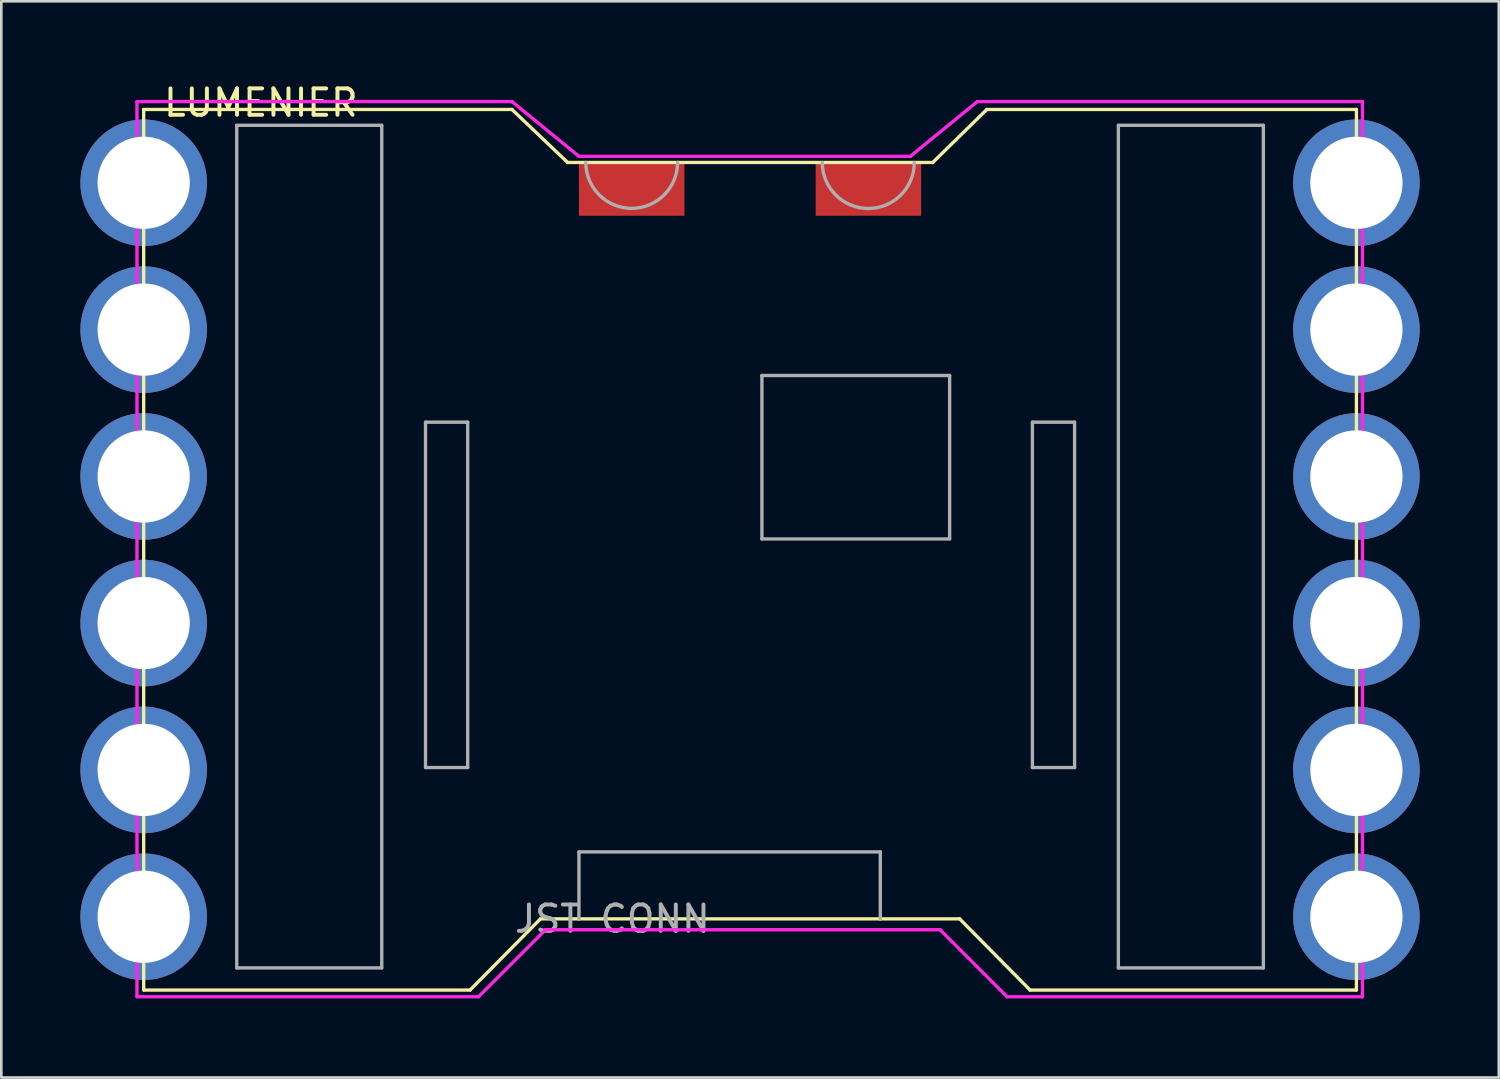
<source format=kicad_pcb>
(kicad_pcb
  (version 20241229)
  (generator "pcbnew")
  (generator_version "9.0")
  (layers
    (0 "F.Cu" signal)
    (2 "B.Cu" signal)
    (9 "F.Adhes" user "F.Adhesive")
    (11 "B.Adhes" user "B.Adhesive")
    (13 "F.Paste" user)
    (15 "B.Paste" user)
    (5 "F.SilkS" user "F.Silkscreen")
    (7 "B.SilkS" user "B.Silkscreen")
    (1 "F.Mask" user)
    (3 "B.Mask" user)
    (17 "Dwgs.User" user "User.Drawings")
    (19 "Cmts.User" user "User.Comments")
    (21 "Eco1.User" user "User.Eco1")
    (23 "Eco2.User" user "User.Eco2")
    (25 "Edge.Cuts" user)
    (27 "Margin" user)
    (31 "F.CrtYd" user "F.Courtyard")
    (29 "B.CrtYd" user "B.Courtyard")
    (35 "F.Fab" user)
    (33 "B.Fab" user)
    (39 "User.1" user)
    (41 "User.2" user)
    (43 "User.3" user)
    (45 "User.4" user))
  (footprint "LUMENIER"
    (layer "F.Cu")
    (at 2.4 34.503)
    (property "Reference" "LUMENIER" (at 4.445 -33.655 0) (layer "F.SilkS") (effects (font (size 1 1) (thickness 0.15))))
    (attr through_hole)
    (fp_line (start 0 -33.4) (end 0 0) (stroke (width 0.127) (type solid)) (layer "F.SilkS"))
    (fp_line (start 0 -33.4) (end 13.97 -33.4) (stroke (width 0.127) (type solid)) (layer "F.SilkS"))
    (fp_line (start 0 0) (end 12.38 0) (stroke (width 0.127) (type solid)) (layer "F.SilkS"))
    (fp_line (start 12.38 0) (end 15.05 -2.7) (stroke (width 0.127) (type solid)) (layer "F.SilkS"))
    (fp_line (start 13.97 -33.4) (end 16.08 -31.39) (stroke (width 0.127) (type solid)) (layer "F.SilkS"))
    (fp_line (start 15.05 -2.7) (end 16.51 -2.7) (stroke (width 0.127) (type solid)) (layer "F.SilkS"))
    (fp_line (start 16.08 -31.39) (end 16.77 -31.39) (stroke (width 0.127) (type solid)) (layer "F.SilkS"))
    (fp_line (start 16.51 -2.7) (end 27.94 -2.7) (stroke (width 0.127) (type solid)) (layer "F.SilkS"))
    (fp_line (start 16.77 -31.39) (end 20.25 -31.39) (stroke (width 0.127) (type solid)) (layer "F.SilkS"))
    (fp_line (start 20.25 -31.39) (end 29.93 -31.39) (stroke (width 0.127) (type solid)) (layer "F.SilkS"))
    (fp_line (start 27.94 -2.7) (end 30.95 -2.7) (stroke (width 0.127) (type solid)) (layer "F.SilkS"))
    (fp_line (start 29.93 -31.39) (end 31.98 -33.4) (stroke (width 0.127) (type solid)) (layer "F.SilkS"))
    (fp_line (start 30.95 -2.7) (end 33.62 0) (stroke (width 0.127) (type solid)) (layer "F.SilkS"))
    (fp_line (start 31.98 -33.4) (end 46 -33.4) (stroke (width 0.127) (type solid)) (layer "F.SilkS"))
    (fp_line (start 33.62 0) (end 46 0) (stroke (width 0.127) (type solid)) (layer "F.SilkS"))
    (fp_line (start 46 0) (end 46 -33.4) (stroke (width 0.127) (type solid)) (layer "F.SilkS"))
    (fp_line (start -0.254 -33.7) (end 13.97 -33.7) (stroke (width 0.127) (type solid)) (layer "F.CrtYd"))
    (fp_line (start -0.254 0.254) (end -0.254 -33.7) (stroke (width 0.127) (type solid)) (layer "F.CrtYd"))
    (fp_line (start 12.7 0.254) (end -0.254 0.254) (stroke (width 0.127) (type solid)) (layer "F.CrtYd"))
    (fp_line (start 13.97 -33.7) (end 16.51 -31.624) (stroke (width 0.127) (type solid)) (layer "F.CrtYd"))
    (fp_line (start 15.24 -2.286) (end 12.7 0.254) (stroke (width 0.127) (type solid)) (layer "F.CrtYd"))
    (fp_line (start 16.51 -31.624) (end 29.08 -31.624) (stroke (width 0.127) (type solid)) (layer "F.CrtYd"))
    (fp_line (start 29.08 -31.624) (end 31.62 -33.7) (stroke (width 0.127) (type solid)) (layer "F.CrtYd"))
    (fp_line (start 30.21 -2.286) (end 15.24 -2.286) (stroke (width 0.127) (type solid)) (layer "F.CrtYd"))
    (fp_line (start 31.62 -33.7) (end 46.228 -33.7) (stroke (width 0.127) (type solid)) (layer "F.CrtYd"))
    (fp_line (start 32.75 0.254) (end 30.21 -2.286) (stroke (width 0.127) (type solid)) (layer "F.CrtYd"))
    (fp_line (start 46.228 -33.7) (end 46.228 0.254) (stroke (width 0.127) (type solid)) (layer "F.CrtYd"))
    (fp_line (start 46.228 0.254) (end 32.75 0.254) (stroke (width 0.127) (type solid)) (layer "F.CrtYd"))
    (fp_line (start 3.53 -32.8) (end 3.53 -0.84) (stroke (width 0.127) (type solid)) (layer "F.Fab"))
    (fp_line (start 3.53 -0.84) (end 9.03 -0.84) (stroke (width 0.127) (type solid)) (layer "F.Fab"))
    (fp_line (start 9.03 -32.8) (end 3.53 -32.8) (stroke (width 0.127) (type solid)) (layer "F.Fab"))
    (fp_line (start 9.03 -0.84) (end 9.03 -32.8) (stroke (width 0.127) (type solid)) (layer "F.Fab"))
    (fp_line (start 10.69 -21.54) (end 10.69 -8.44) (stroke (width 0.127) (type solid)) (layer "F.Fab"))
    (fp_line (start 10.69 -8.44) (end 12.29 -8.44) (stroke (width 0.127) (type solid)) (layer "F.Fab"))
    (fp_line (start 12.29 -21.54) (end 10.69 -21.54) (stroke (width 0.127) (type solid)) (layer "F.Fab"))
    (fp_line (start 12.29 -8.44) (end 12.29 -21.54) (stroke (width 0.127) (type solid)) (layer "F.Fab"))
    (fp_line (start 16.51 -5.24) (end 27.94 -5.24) (stroke (width 0.127) (type solid)) (layer "F.Fab"))
    (fp_line (start 16.51 -2.7) (end 16.51 -5.24) (stroke (width 0.127) (type solid)) (layer "F.Fab"))
    (fp_line (start 23.45 -23.31) (end 23.45 -17.11) (stroke (width 0.127) (type solid)) (layer "F.Fab"))
    (fp_line (start 23.45 -17.11) (end 30.57 -17.11) (stroke (width 0.127) (type solid)) (layer "F.Fab"))
    (fp_line (start 27.94 -5.24) (end 27.94 -2.7) (stroke (width 0.127) (type solid)) (layer "F.Fab"))
    (fp_line (start 30.57 -23.31) (end 23.45 -23.31) (stroke (width 0.127) (type solid)) (layer "F.Fab"))
    (fp_line (start 30.57 -17.11) (end 30.57 -23.31) (stroke (width 0.127) (type solid)) (layer "F.Fab"))
    (fp_line (start 33.71 -21.54) (end 33.71 -8.44) (stroke (width 0.127) (type solid)) (layer "F.Fab"))
    (fp_line (start 33.71 -8.44) (end 35.31 -8.44) (stroke (width 0.127) (type solid)) (layer "F.Fab"))
    (fp_line (start 35.31 -21.54) (end 33.71 -21.54) (stroke (width 0.127) (type solid)) (layer "F.Fab"))
    (fp_line (start 35.31 -8.44) (end 35.31 -21.54) (stroke (width 0.127) (type solid)) (layer "F.Fab"))
    (fp_line (start 36.97 -32.8) (end 36.97 -0.84) (stroke (width 0.127) (type solid)) (layer "F.Fab"))
    (fp_line (start 36.97 -0.84) (end 42.47 -0.84) (stroke (width 0.127) (type solid)) (layer "F.Fab"))
    (fp_line (start 42.47 -32.8) (end 36.97 -32.8) (stroke (width 0.127) (type solid)) (layer "F.Fab"))
    (fp_line (start 42.47 -0.84) (end 42.47 -32.8) (stroke (width 0.127) (type solid)) (layer "F.Fab"))
    (fp_arc (start 20.25 -31.39) (mid 18.51 -29.65) (end 16.77 -31.39) (stroke (width 0.127) (type solid)) (layer "F.Fab"))
    (fp_arc (start 29.23 -31.39) (mid 27.485 -29.645) (end 25.74 -31.39) (stroke (width 0.127) (type solid)) (layer "F.Fab"))
    (fp_text user "JST CONN" (at 17.78 -2.7 0) (layer "F.Fab") (effects (font (size 1 1) (thickness 0.15))))
    (pad "1" thru_hole circle (at 0 -30.62) (size 4.8 4.8) (drill 3.5) (layers "*.Cu" "*.Mask"))
    (pad "2" thru_hole circle (at 0 -25.05) (size 4.8 4.8) (drill 3.5) (layers "*.Cu" "*.Mask"))
    (pad "3" thru_hole circle (at 0 -19.48) (size 4.8 4.8) (drill 3.5) (layers "*.Cu" "*.Mask"))
    (pad "4" thru_hole circle (at 0 -13.92) (size 4.8 4.8) (drill 3.5) (layers "*.Cu" "*.Mask"))
    (pad "5" thru_hole circle (at 0 -8.35) (size 4.8 4.8) (drill 3.5) (layers "*.Cu" "*.Mask"))
    (pad "6" thru_hole circle (at 0 -2.78) (size 4.8 4.8) (drill 3.5) (layers "*.Cu" "*.Mask"))
    (pad "7" thru_hole circle (at 46 -2.78) (size 4.8 4.8) (drill 3.5) (layers "*.Cu" "*.Mask"))
    (pad "8" thru_hole circle (at 46 -8.35) (size 4.8 4.8) (drill 3.5) (layers "*.Cu" "*.Mask"))
    (pad "9" thru_hole circle (at 46 -13.92) (size 4.8 4.8) (drill 3.5) (layers "*.Cu" "*.Mask"))
    (pad "10" thru_hole circle (at 46 -19.48) (size 4.8 4.8) (drill 3.5) (layers "*.Cu" "*.Mask"))
    (pad "11" thru_hole circle (at 46 -25.05) (size 4.8 4.8) (drill 3.5) (layers "*.Cu" "*.Mask"))
    (pad "12" thru_hole circle (at 46 -30.62) (size 4.8 4.8) (drill 3.5) (layers "*.Cu" "*.Mask"))
    (pad "GND" smd rect (at 18.51 -30.37) (size 4 2) (layers "F.Cu" "F.Mask" "F.Paste"))
    (pad "VIN" smd rect (at 27.49 -30.37) (size 4 2) (layers "F.Cu" "F.Mask" "F.Paste")))
  (gr_rect
    (start -3 -3)
    (end 53.8 37.821)
    (stroke (width 0.1) (type default))
    (fill no)
    (layer "Edge.Cuts")))
</source>
